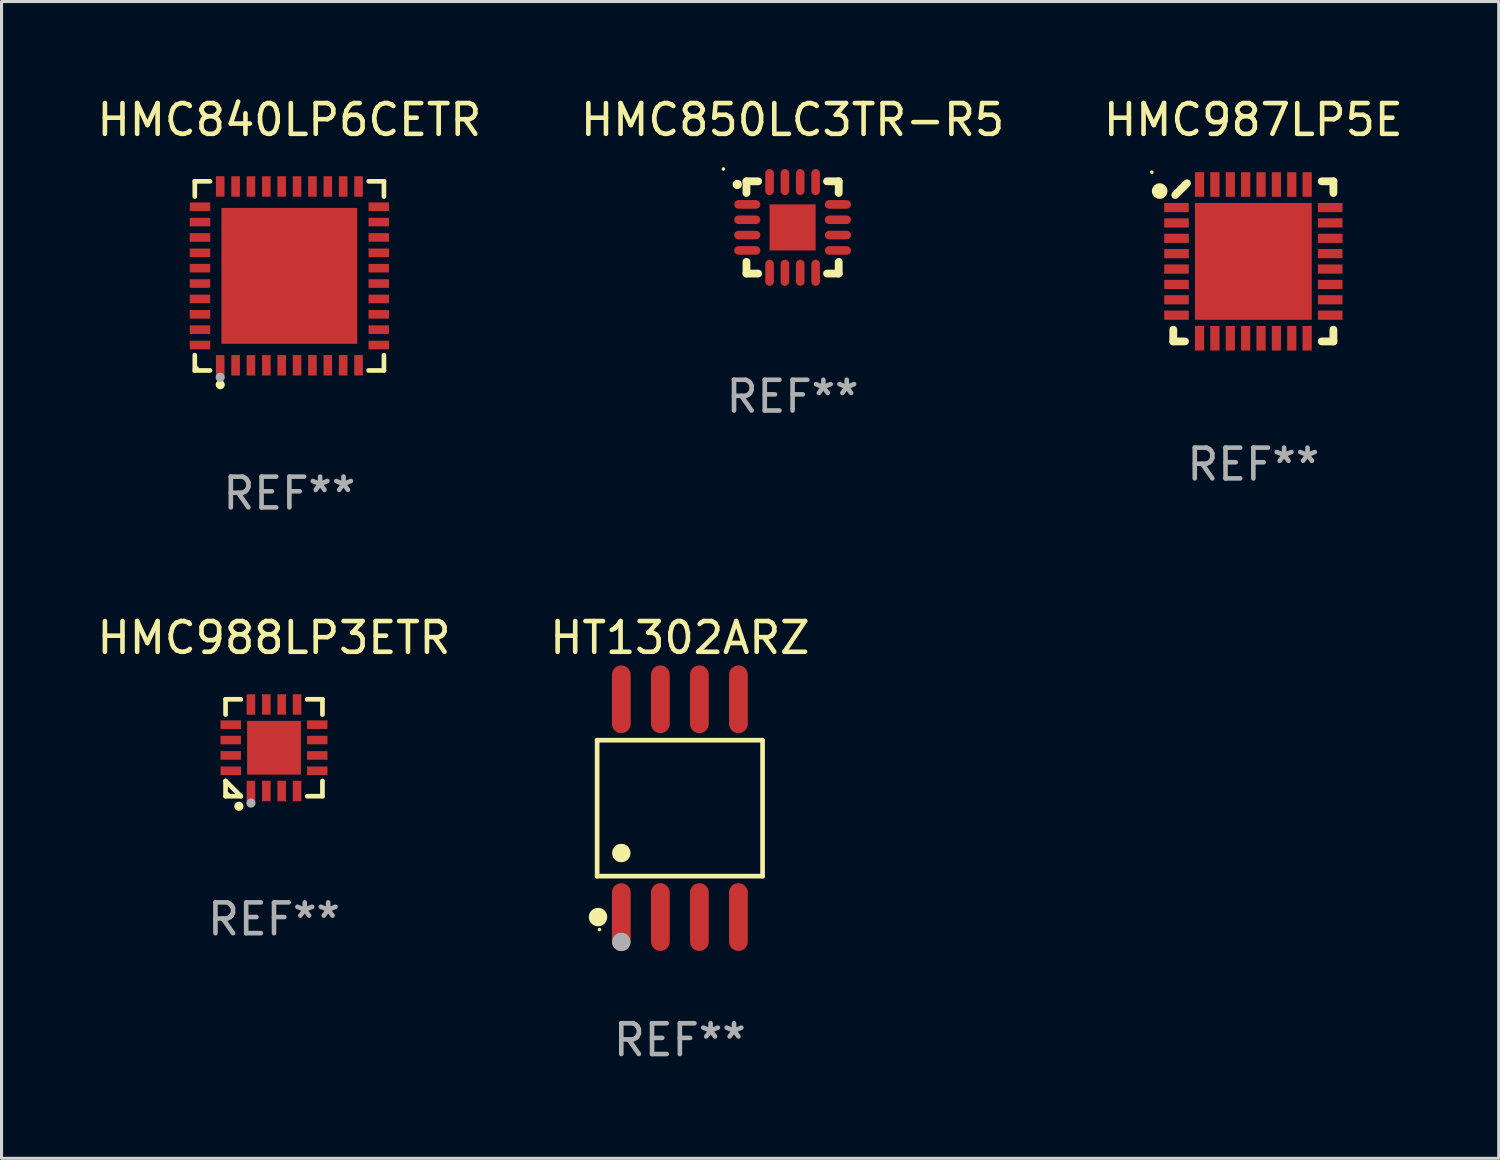
<source format=kicad_pcb>
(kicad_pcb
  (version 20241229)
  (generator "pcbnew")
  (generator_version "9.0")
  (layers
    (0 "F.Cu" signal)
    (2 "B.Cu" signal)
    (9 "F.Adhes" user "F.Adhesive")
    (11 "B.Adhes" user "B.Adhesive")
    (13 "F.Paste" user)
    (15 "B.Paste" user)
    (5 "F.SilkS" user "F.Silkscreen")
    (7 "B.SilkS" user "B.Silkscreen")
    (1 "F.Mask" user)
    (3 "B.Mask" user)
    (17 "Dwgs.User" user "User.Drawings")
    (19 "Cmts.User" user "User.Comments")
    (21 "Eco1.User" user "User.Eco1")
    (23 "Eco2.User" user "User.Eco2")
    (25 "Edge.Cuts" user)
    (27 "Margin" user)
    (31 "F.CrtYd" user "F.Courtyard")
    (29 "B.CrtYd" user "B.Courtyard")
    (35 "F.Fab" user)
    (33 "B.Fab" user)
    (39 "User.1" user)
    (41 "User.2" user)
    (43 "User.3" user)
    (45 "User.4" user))
  (footprint "HT1302ARZ"
    (layer "F.Cu")
    (at 19.065 23.239)
    (property "Reference" "HT1302ARZ" (at 0 -5.542 0) (layer "F.SilkS") (effects (font (size 1 1) (thickness 0.15))))
    (attr through_hole)
    (fp_line (start -2.691 -2.211) (end 2.691 -2.211) (stroke (width 0.152) (type solid)) (layer "F.SilkS"))
    (fp_line (start -2.691 2.211) (end -2.691 -2.211) (stroke (width 0.152) (type solid)) (layer "F.SilkS"))
    (fp_line (start 2.691 -2.211) (end 2.691 2.211) (stroke (width 0.152) (type solid)) (layer "F.SilkS"))
    (fp_line (start 2.691 2.211) (end -2.691 2.211) (stroke (width 0.152) (type solid)) (layer "F.SilkS"))
    (fp_circle (center -2.662 3.542) (end -2.512 3.542) (stroke (width 0.3) (type solid)) (fill no) (layer "F.SilkS"))
    (fp_circle (center -2.615 3.95) (end -2.585 3.95) (stroke (width 0.06) (type solid)) (fill no) (layer "F.SilkS"))
    (fp_circle (center -1.905 1.459) (end -1.755 1.459) (stroke (width 0.3) (type solid)) (fill no) (layer "F.SilkS"))
    (fp_circle (center -1.905 4.35) (end -1.755 4.35) (stroke (width 0.3) (type solid)) (fill no) (layer "F.Fab"))
    (fp_text user "REF**" (at 0 7.542 0) (layer "F.Fab") (effects (font (size 1 1) (thickness 0.15))))
    (pad "1" smd oval (at -1.905 3.542) (size 0.609 2.204) (layers "F.Cu" "F.Mask" "F.Paste"))
    (pad "2" smd oval (at -0.635 3.542) (size 0.609 2.204) (layers "F.Cu" "F.Mask" "F.Paste"))
    (pad "3" smd oval (at 0.635 3.542) (size 0.609 2.204) (layers "F.Cu" "F.Mask" "F.Paste"))
    (pad "4" smd oval (at 1.905 3.542) (size 0.609 2.204) (layers "F.Cu" "F.Mask" "F.Paste"))
    (pad "5" smd oval (at 1.905 -3.542) (size 0.609 2.204) (layers "F.Cu" "F.Mask" "F.Paste"))
    (pad "6" smd oval (at 0.635 -3.542) (size 0.609 2.204) (layers "F.Cu" "F.Mask" "F.Paste"))
    (pad "7" smd oval (at -0.635 -3.542) (size 0.609 2.204) (layers "F.Cu" "F.Mask" "F.Paste"))
    (pad "8" smd oval (at -1.905 -3.542) (size 0.609 2.204) (layers "F.Cu" "F.Mask" "F.Paste")))
  (footprint "HMC840LP6CETR"
    (layer "F.Cu")
    (at 6.363 5.924)
    (property "Reference" "HMC840LP6CETR" (at 0 -5.076 0) (layer "F.SilkS") (effects (font (size 1 1) (thickness 0.15))))
    (attr through_hole)
    (fp_line (start -3.076 -3.076) (end -2.58 -3.076) (stroke (width 0.152) (type solid)) (layer "F.SilkS"))
    (fp_line (start -3.076 -2.58) (end -3.076 -3.076) (stroke (width 0.152) (type solid)) (layer "F.SilkS"))
    (fp_line (start -3.076 2.58) (end -3.076 3.076) (stroke (width 0.152) (type solid)) (layer "F.SilkS"))
    (fp_line (start -3.076 3.076) (end -2.58 3.076) (stroke (width 0.152) (type solid)) (layer "F.SilkS"))
    (fp_line (start 3.076 -3.076) (end 2.58 -3.076) (stroke (width 0.152) (type solid)) (layer "F.SilkS"))
    (fp_line (start 3.076 -2.58) (end 3.076 -3.076) (stroke (width 0.152) (type solid)) (layer "F.SilkS"))
    (fp_line (start 3.076 2.58) (end 3.076 3.076) (stroke (width 0.152) (type solid)) (layer "F.SilkS"))
    (fp_line (start 3.076 3.076) (end 2.58 3.076) (stroke (width 0.152) (type solid)) (layer "F.SilkS"))
    (fp_circle (center -3 3) (end -2.97 3) (stroke (width 0.06) (type solid)) (fill no) (layer "F.SilkS"))
    (fp_circle (center -2.25 3.54) (end -2.175 3.54) (stroke (width 0.15) (type solid)) (fill no) (layer "F.SilkS"))
    (fp_circle (center -2.25 3.3) (end -2.175 3.3) (stroke (width 0.15) (type solid)) (fill no) (layer "F.Fab"))
    (fp_text user "REF**" (at 0 7.076 0) (layer "F.Fab") (effects (font (size 1 1) (thickness 0.15))))
    (pad "1" smd rect (at -2.25 2.908) (size 0.28 0.665) (layers "F.Cu" "F.Mask" "F.Paste"))
    (pad "2" smd rect (at -1.75 2.908) (size 0.28 0.665) (layers "F.Cu" "F.Mask" "F.Paste"))
    (pad "3" smd rect (at -1.25 2.908) (size 0.28 0.665) (layers "F.Cu" "F.Mask" "F.Paste"))
    (pad "4" smd rect (at -0.75 2.908) (size 0.28 0.665) (layers "F.Cu" "F.Mask" "F.Paste"))
    (pad "5" smd rect (at -0.25 2.908) (size 0.28 0.665) (layers "F.Cu" "F.Mask" "F.Paste"))
    (pad "6" smd rect (at 0.25 2.908) (size 0.28 0.665) (layers "F.Cu" "F.Mask" "F.Paste"))
    (pad "7" smd rect (at 0.75 2.908) (size 0.28 0.665) (layers "F.Cu" "F.Mask" "F.Paste"))
    (pad "8" smd rect (at 1.25 2.908) (size 0.28 0.665) (layers "F.Cu" "F.Mask" "F.Paste"))
    (pad "9" smd rect (at 1.75 2.908) (size 0.28 0.665) (layers "F.Cu" "F.Mask" "F.Paste"))
    (pad "10" smd rect (at 2.25 2.908) (size 0.28 0.665) (layers "F.Cu" "F.Mask" "F.Paste"))
    (pad "11" smd rect (at 2.908 2.25) (size 0.665 0.28) (layers "F.Cu" "F.Mask" "F.Paste"))
    (pad "12" smd rect (at 2.908 1.75) (size 0.665 0.28) (layers "F.Cu" "F.Mask" "F.Paste"))
    (pad "13" smd rect (at 2.908 1.25) (size 0.665 0.28) (layers "F.Cu" "F.Mask" "F.Paste"))
    (pad "14" smd rect (at 2.908 0.75) (size 0.665 0.28) (layers "F.Cu" "F.Mask" "F.Paste"))
    (pad "15" smd rect (at 2.908 0.25) (size 0.665 0.28) (layers "F.Cu" "F.Mask" "F.Paste"))
    (pad "16" smd rect (at 2.908 -0.25) (size 0.665 0.28) (layers "F.Cu" "F.Mask" "F.Paste"))
    (pad "17" smd rect (at 2.908 -0.75) (size 0.665 0.28) (layers "F.Cu" "F.Mask" "F.Paste"))
    (pad "18" smd rect (at 2.908 -1.25) (size 0.665 0.28) (layers "F.Cu" "F.Mask" "F.Paste"))
    (pad "19" smd rect (at 2.908 -1.75) (size 0.665 0.28) (layers "F.Cu" "F.Mask" "F.Paste"))
    (pad "20" smd rect (at 2.908 -2.25) (size 0.665 0.28) (layers "F.Cu" "F.Mask" "F.Paste"))
    (pad "21" smd rect (at 2.25 -2.908) (size 0.28 0.665) (layers "F.Cu" "F.Mask" "F.Paste"))
    (pad "22" smd rect (at 1.75 -2.908) (size 0.28 0.665) (layers "F.Cu" "F.Mask" "F.Paste"))
    (pad "23" smd rect (at 1.25 -2.908) (size 0.28 0.665) (layers "F.Cu" "F.Mask" "F.Paste"))
    (pad "24" smd rect (at 0.75 -2.908) (size 0.28 0.665) (layers "F.Cu" "F.Mask" "F.Paste"))
    (pad "25" smd rect (at 0.25 -2.908) (size 0.28 0.665) (layers "F.Cu" "F.Mask" "F.Paste"))
    (pad "26" smd rect (at -0.25 -2.908) (size 0.28 0.665) (layers "F.Cu" "F.Mask" "F.Paste"))
    (pad "27" smd rect (at -0.75 -2.908) (size 0.28 0.665) (layers "F.Cu" "F.Mask" "F.Paste"))
    (pad "28" smd rect (at -1.25 -2.908) (size 0.28 0.665) (layers "F.Cu" "F.Mask" "F.Paste"))
    (pad "29" smd rect (at -1.75 -2.908) (size 0.28 0.665) (layers "F.Cu" "F.Mask" "F.Paste"))
    (pad "30" smd rect (at -2.25 -2.908) (size 0.28 0.665) (layers "F.Cu" "F.Mask" "F.Paste"))
    (pad "31" smd rect (at -2.908 -2.25) (size 0.665 0.28) (layers "F.Cu" "F.Mask" "F.Paste"))
    (pad "32" smd rect (at -2.908 -1.75) (size 0.665 0.28) (layers "F.Cu" "F.Mask" "F.Paste"))
    (pad "33" smd rect (at -2.908 -1.25) (size 0.665 0.28) (layers "F.Cu" "F.Mask" "F.Paste"))
    (pad "34" smd rect (at -2.908 -0.75) (size 0.665 0.28) (layers "F.Cu" "F.Mask" "F.Paste"))
    (pad "35" smd rect (at -2.908 -0.25) (size 0.665 0.28) (layers "F.Cu" "F.Mask" "F.Paste"))
    (pad "36" smd rect (at -2.908 0.25) (size 0.665 0.28) (layers "F.Cu" "F.Mask" "F.Paste"))
    (pad "37" smd rect (at -2.908 0.75) (size 0.665 0.28) (layers "F.Cu" "F.Mask" "F.Paste"))
    (pad "38" smd rect (at -2.908 1.25) (size 0.665 0.28) (layers "F.Cu" "F.Mask" "F.Paste"))
    (pad "39" smd rect (at -2.908 1.75) (size 0.665 0.28) (layers "F.Cu" "F.Mask" "F.Paste"))
    (pad "40" smd rect (at -2.908 2.25) (size 0.665 0.28) (layers "F.Cu" "F.Mask" "F.Paste"))
    (pad "41" smd rect (at 0 0) (size 4.42 4.42) (layers "F.Cu" "F.Mask" "F.Paste")))
  (footprint "HMC987LP5E"
    (layer "F.Cu")
    (at 37.72 5.452)
    (property "Reference" "HMC987LP5E" (at 0 -4.604 0) (layer "F.SilkS") (effects (font (size 1 1) (thickness 0.15))))
    (attr through_hole)
    (fp_line (start -2.604 2.223) (end -2.604 2.604) (stroke (width 0.254) (type solid)) (layer "F.SilkS"))
    (fp_line (start -2.604 2.604) (end -2.223 2.604) (stroke (width 0.254) (type solid)) (layer "F.SilkS"))
    (fp_line (start -2.159 -2.54) (end -2.54 -2.159) (stroke (width 0.254) (type solid)) (layer "F.SilkS"))
    (fp_line (start 2.223 2.604) (end 2.604 2.604) (stroke (width 0.254) (type solid)) (layer "F.SilkS"))
    (fp_line (start 2.604 -2.604) (end 2.223 -2.604) (stroke (width 0.254) (type solid)) (layer "F.SilkS"))
    (fp_line (start 2.604 -2.223) (end 2.604 -2.604) (stroke (width 0.254) (type solid)) (layer "F.SilkS"))
    (fp_line (start 2.604 2.604) (end 2.604 2.223) (stroke (width 0.254) (type solid)) (layer "F.SilkS"))
    (fp_circle (center -3.302 -2.9) (end -3.272 -2.9) (stroke (width 0.06) (type solid)) (fill no) (layer "F.SilkS"))
    (fp_circle (center -3.048 -2.286) (end -2.921 -2.286) (stroke (width 0.254) (type solid)) (fill no) (layer "F.SilkS"))
    (fp_text user "REF**" (at 0 6.604 0) (layer "F.Fab") (effects (font (size 1 1) (thickness 0.15))))
    (pad "1" smd rect (at -2.5 -1.75) (size 0.8 0.3) (layers "F.Cu" "F.Mask" "F.Paste"))
    (pad "2" smd rect (at -2.5 -1.25) (size 0.8 0.3) (layers "F.Cu" "F.Mask" "F.Paste"))
    (pad "3" smd rect (at -2.5 -0.75) (size 0.8 0.3) (layers "F.Cu" "F.Mask" "F.Paste"))
    (pad "4" smd rect (at -2.5 -0.25) (size 0.8 0.3) (layers "F.Cu" "F.Mask" "F.Paste"))
    (pad "5" smd rect (at -2.5 0.25) (size 0.8 0.3) (layers "F.Cu" "F.Mask" "F.Paste"))
    (pad "6" smd rect (at -2.5 0.75) (size 0.8 0.3) (layers "F.Cu" "F.Mask" "F.Paste"))
    (pad "7" smd rect (at -2.5 1.25) (size 0.8 0.3) (layers "F.Cu" "F.Mask" "F.Paste"))
    (pad "8" smd rect (at -2.5 1.75) (size 0.8 0.3) (layers "F.Cu" "F.Mask" "F.Paste"))
    (pad "9" smd rect (at -1.75 2.5 90) (size 0.8 0.3) (layers "F.Cu" "F.Mask" "F.Paste"))
    (pad "10" smd rect (at -1.25 2.5 90) (size 0.8 0.3) (layers "F.Cu" "F.Mask" "F.Paste"))
    (pad "11" smd rect (at -0.75 2.5 90) (size 0.8 0.3) (layers "F.Cu" "F.Mask" "F.Paste"))
    (pad "12" smd rect (at -0.25 2.5 90) (size 0.8 0.3) (layers "F.Cu" "F.Mask" "F.Paste"))
    (pad "13" smd rect (at 0.25 2.5 90) (size 0.8 0.3) (layers "F.Cu" "F.Mask" "F.Paste"))
    (pad "14" smd rect (at 0.75 2.5 90) (size 0.8 0.3) (layers "F.Cu" "F.Mask" "F.Paste"))
    (pad "15" smd rect (at 1.25 2.5 90) (size 0.8 0.3) (layers "F.Cu" "F.Mask" "F.Paste"))
    (pad "16" smd rect (at 1.75 2.5 90) (size 0.8 0.3) (layers "F.Cu" "F.Mask" "F.Paste"))
    (pad "17" smd rect (at 2.5 1.75 180) (size 0.8 0.3) (layers "F.Cu" "F.Mask" "F.Paste"))
    (pad "18" smd rect (at 2.5 1.25 180) (size 0.8 0.3) (layers "F.Cu" "F.Mask" "F.Paste"))
    (pad "19" smd rect (at 2.5 0.75 180) (size 0.8 0.3) (layers "F.Cu" "F.Mask" "F.Paste"))
    (pad "20" smd rect (at 2.5 0.25 180) (size 0.8 0.3) (layers "F.Cu" "F.Mask" "F.Paste"))
    (pad "21" smd rect (at 2.5 -0.25 180) (size 0.8 0.3) (layers "F.Cu" "F.Mask" "F.Paste"))
    (pad "22" smd rect (at 2.5 -0.75 180) (size 0.8 0.3) (layers "F.Cu" "F.Mask" "F.Paste"))
    (pad "23" smd rect (at 2.5 -1.25 180) (size 0.8 0.3) (layers "F.Cu" "F.Mask" "F.Paste"))
    (pad "24" smd rect (at 2.5 -1.75 180) (size 0.8 0.3) (layers "F.Cu" "F.Mask" "F.Paste"))
    (pad "25" smd rect (at 1.75 -2.5 270) (size 0.8 0.3) (layers "F.Cu" "F.Mask" "F.Paste"))
    (pad "26" smd rect (at 1.25 -2.5 270) (size 0.8 0.3) (layers "F.Cu" "F.Mask" "F.Paste"))
    (pad "27" smd rect (at 0.75 -2.5 270) (size 0.8 0.3) (layers "F.Cu" "F.Mask" "F.Paste"))
    (pad "28" smd rect (at 0.25 -2.5 270) (size 0.8 0.3) (layers "F.Cu" "F.Mask" "F.Paste"))
    (pad "29" smd rect (at -0.25 -2.5 270) (size 0.8 0.3) (layers "F.Cu" "F.Mask" "F.Paste"))
    (pad "30" smd rect (at -0.75 -2.5 270) (size 0.8 0.3) (layers "F.Cu" "F.Mask" "F.Paste"))
    (pad "31" smd rect (at -1.25 -2.5 270) (size 0.8 0.3) (layers "F.Cu" "F.Mask" "F.Paste"))
    (pad "32" smd rect (at -1.75 -2.5 270) (size 0.8 0.3) (layers "F.Cu" "F.Mask" "F.Paste"))
    (pad "33" smd rect (at 0.000076 0.000076) (size 3.8 3.8) (layers "F.Cu" "F.Mask" "F.Paste")))
  (footprint "HMC988LP3ETR"
    (layer "F.Cu")
    (at 5.863 21.273)
    (property "Reference" "HMC988LP3ETR" (at 0 -3.576 0) (layer "F.SilkS") (effects (font (size 1 1) (thickness 0.15))))
    (attr through_hole)
    (fp_line (start -1.576 -1.576) (end -1.08 -1.576) (stroke (width 0.152) (type solid)) (layer "F.SilkS"))
    (fp_line (start -1.576 -1.08) (end -1.576 -1.576) (stroke (width 0.152) (type solid)) (layer "F.SilkS"))
    (fp_line (start -1.576 1.08) (end -1.576 1.576) (stroke (width 0.152) (type solid)) (layer "F.SilkS"))
    (fp_line (start -1.576 1.576) (end -1.08 1.576) (stroke (width 0.152) (type solid)) (layer "F.SilkS"))
    (fp_line (start -1.08 1.576) (end -1.576 1.08) (stroke (width 0.152) (type solid)) (layer "F.SilkS"))
    (fp_line (start 1.576 -1.576) (end 1.08 -1.576) (stroke (width 0.152) (type solid)) (layer "F.SilkS"))
    (fp_line (start 1.576 -1.08) (end 1.576 -1.576) (stroke (width 0.152) (type solid)) (layer "F.SilkS"))
    (fp_line (start 1.576 1.08) (end 1.576 1.576) (stroke (width 0.152) (type solid)) (layer "F.SilkS"))
    (fp_line (start 1.576 1.576) (end 1.08 1.576) (stroke (width 0.152) (type solid)) (layer "F.SilkS"))
    (fp_circle (center -1.5 1.5) (end -1.47 1.5) (stroke (width 0.06) (type solid)) (fill no) (layer "F.SilkS"))
    (fp_circle (center -1.143 1.905) (end -1.068 1.905) (stroke (width 0.15) (type solid)) (fill no) (layer "F.SilkS"))
    (fp_circle (center -0.75 1.8) (end -0.675 1.8) (stroke (width 0.15) (type solid)) (fill no) (layer "F.Fab"))
    (fp_text user "REF**" (at 0 5.576 0) (layer "F.Fab") (effects (font (size 1 1) (thickness 0.15))))
    (pad "1" smd rect (at -0.75 1.407) (size 0.28 0.665) (layers "F.Cu" "F.Mask" "F.Paste"))
    (pad "2" smd rect (at -0.25 1.407) (size 0.28 0.665) (layers "F.Cu" "F.Mask" "F.Paste"))
    (pad "3" smd rect (at 0.25 1.407) (size 0.28 0.665) (layers "F.Cu" "F.Mask" "F.Paste"))
    (pad "4" smd rect (at 0.75 1.407) (size 0.28 0.665) (layers "F.Cu" "F.Mask" "F.Paste"))
    (pad "5" smd rect (at 1.407 0.75) (size 0.665 0.28) (layers "F.Cu" "F.Mask" "F.Paste"))
    (pad "6" smd rect (at 1.407 0.25) (size 0.665 0.28) (layers "F.Cu" "F.Mask" "F.Paste"))
    (pad "7" smd rect (at 1.407 -0.25) (size 0.665 0.28) (layers "F.Cu" "F.Mask" "F.Paste"))
    (pad "8" smd rect (at 1.407 -0.75) (size 0.665 0.28) (layers "F.Cu" "F.Mask" "F.Paste"))
    (pad "9" smd rect (at 0.75 -1.407) (size 0.28 0.665) (layers "F.Cu" "F.Mask" "F.Paste"))
    (pad "10" smd rect (at 0.25 -1.407) (size 0.28 0.665) (layers "F.Cu" "F.Mask" "F.Paste"))
    (pad "11" smd rect (at -0.25 -1.407) (size 0.28 0.665) (layers "F.Cu" "F.Mask" "F.Paste"))
    (pad "12" smd rect (at -0.75 -1.407) (size 0.28 0.665) (layers "F.Cu" "F.Mask" "F.Paste"))
    (pad "13" smd rect (at -1.407 -0.75) (size 0.665 0.28) (layers "F.Cu" "F.Mask" "F.Paste"))
    (pad "14" smd rect (at -1.407 -0.25) (size 0.665 0.28) (layers "F.Cu" "F.Mask" "F.Paste"))
    (pad "15" smd rect (at -1.407 0.25) (size 0.665 0.28) (layers "F.Cu" "F.Mask" "F.Paste"))
    (pad "16" smd rect (at -1.407 0.75) (size 0.665 0.28) (layers "F.Cu" "F.Mask" "F.Paste"))
    (pad "17" smd rect (at 0 0) (size 1.75 1.75) (layers "F.Cu" "F.Mask" "F.Paste")))
  (footprint "HMC850LC3TR-R5"
    (layer "F.Cu")
    (at 22.732 4.348)
    (property "Reference" "HMC850LC3TR-R5" (at 0 -3.5 0) (layer "F.SilkS") (effects (font (size 1 1) (thickness 0.15))))
    (attr through_hole)
    (fp_line (start -1.5 -1.5) (end -1.5 -1.12) (stroke (width 0.254) (type solid)) (layer "F.SilkS"))
    (fp_line (start -1.5 -1.5) (end -1.12 -1.5) (stroke (width 0.254) (type solid)) (layer "F.SilkS"))
    (fp_line (start -1.5 1.5) (end -1.5 1.12) (stroke (width 0.254) (type solid)) (layer "F.SilkS"))
    (fp_line (start -1.12 1.5) (end -1.5 1.5) (stroke (width 0.254) (type solid)) (layer "F.SilkS"))
    (fp_line (start 1.12 -1.5) (end 1.5 -1.5) (stroke (width 0.254) (type solid)) (layer "F.SilkS"))
    (fp_line (start 1.5 -1.5) (end 1.5 -1.12) (stroke (width 0.254) (type solid)) (layer "F.SilkS"))
    (fp_line (start 1.5 1.12) (end 1.5 1.5) (stroke (width 0.254) (type solid)) (layer "F.SilkS"))
    (fp_line (start 1.5 1.5) (end 1.12 1.5) (stroke (width 0.254) (type solid)) (layer "F.SilkS"))
    (fp_arc (start -1.8 -1.39746) (mid -1.800005 -1.39873) (end -1.8 -1.4) (stroke (width 0.3) (type solid)) (layer "F.SilkS"))
    (fp_circle (center -2.25 -1.9) (end -2.22 -1.9) (stroke (width 0.06) (type solid)) (fill no) (layer "F.SilkS"))
    (fp_text user "REF**" (at 0 5.5 0) (layer "F.Fab") (effects (font (size 1 1) (thickness 0.15))))
    (pad "1" smd oval (at -1.475 -0.749 90) (size 0.28 0.85) (layers "F.Cu" "F.Mask" "F.Paste"))
    (pad "2" smd oval (at -1.475 -0.249 90) (size 0.28 0.85) (layers "F.Cu" "F.Mask" "F.Paste"))
    (pad "3" smd oval (at -1.475 0.249 90) (size 0.28 0.85) (layers "F.Cu" "F.Mask" "F.Paste"))
    (pad "4" smd oval (at -1.475 0.749 90) (size 0.28 0.85) (layers "F.Cu" "F.Mask" "F.Paste"))
    (pad "5" smd oval (at -0.749 1.475) (size 0.28 0.85) (layers "F.Cu" "F.Mask" "F.Paste"))
    (pad "6" smd oval (at -0.249 1.475) (size 0.28 0.85) (layers "F.Cu" "F.Mask" "F.Paste"))
    (pad "7" smd oval (at 0.249 1.475) (size 0.28 0.85) (layers "F.Cu" "F.Mask" "F.Paste"))
    (pad "8" smd oval (at 0.749 1.475) (size 0.28 0.85) (layers "F.Cu" "F.Mask" "F.Paste"))
    (pad "9" smd oval (at 1.475 0.749 90) (size 0.28 0.85) (layers "F.Cu" "F.Mask" "F.Paste"))
    (pad "10" smd oval (at 1.475 0.249 90) (size 0.28 0.85) (layers "F.Cu" "F.Mask" "F.Paste"))
    (pad "11" smd oval (at 1.475 -0.249 90) (size 0.28 0.85) (layers "F.Cu" "F.Mask" "F.Paste"))
    (pad "12" smd oval (at 1.475 -0.749 90) (size 0.28 0.85) (layers "F.Cu" "F.Mask" "F.Paste"))
    (pad "13" smd oval (at 0.749 -1.475) (size 0.28 0.85) (layers "F.Cu" "F.Mask" "F.Paste"))
    (pad "14" smd oval (at 0.249 -1.475) (size 0.28 0.85) (layers "F.Cu" "F.Mask" "F.Paste"))
    (pad "15" smd oval (at -0.249 -1.475) (size 0.28 0.85) (layers "F.Cu" "F.Mask" "F.Paste"))
    (pad "16" smd oval (at -0.749 -1.475) (size 0.28 0.85) (layers "F.Cu" "F.Mask" "F.Paste"))
    (pad "17" smd rect (at 0 0) (size 1.5 1.5) (layers "F.Cu" "F.Mask" "F.Paste")))
  (gr_rect
    (start -3 -3)
    (end 45.702 34.63)
    (stroke (width 0.1) (type default))
    (fill no)
    (layer "Edge.Cuts")))
</source>
